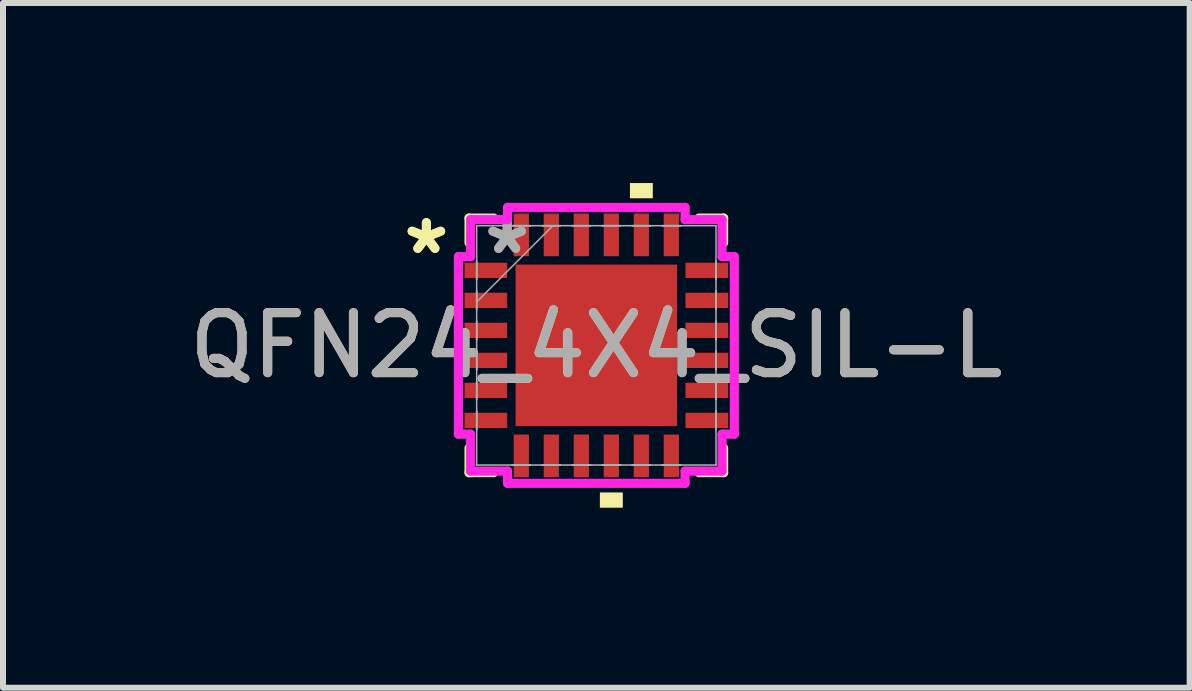
<source format=kicad_pcb>
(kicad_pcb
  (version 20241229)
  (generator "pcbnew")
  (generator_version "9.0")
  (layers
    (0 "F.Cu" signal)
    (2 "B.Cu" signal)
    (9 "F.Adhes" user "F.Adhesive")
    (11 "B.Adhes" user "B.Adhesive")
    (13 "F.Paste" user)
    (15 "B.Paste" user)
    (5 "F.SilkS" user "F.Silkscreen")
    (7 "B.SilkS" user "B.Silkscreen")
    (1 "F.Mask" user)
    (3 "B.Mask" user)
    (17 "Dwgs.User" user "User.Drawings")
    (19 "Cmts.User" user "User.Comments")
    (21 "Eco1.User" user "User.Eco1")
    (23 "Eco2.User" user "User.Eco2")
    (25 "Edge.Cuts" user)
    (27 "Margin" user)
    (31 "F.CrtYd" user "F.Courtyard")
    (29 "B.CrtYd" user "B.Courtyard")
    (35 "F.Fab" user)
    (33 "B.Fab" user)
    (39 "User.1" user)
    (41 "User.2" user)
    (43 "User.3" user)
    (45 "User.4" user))
  (footprint "QFN24_4X4_SIL-L"
    (layer "F.Cu")
    (at 6.887 2.705)
    (property "Reference" "QFN24_4X4_SIL-L" (at 0 0 0) (unlocked yes) (layer "F.SilkS") (effects (font (size 1 1) (thickness 0.15))))
    (attr smd)
    (fp_line (start -2.121 -2.121) (end -2.121 -1.71) (stroke (width 0.152) (type solid)) (layer "F.SilkS"))
    (fp_line (start -2.121 1.71) (end -2.121 2.121) (stroke (width 0.152) (type solid)) (layer "F.SilkS"))
    (fp_line (start -2.121 2.121) (end -1.71 2.121) (stroke (width 0.152) (type solid)) (layer "F.SilkS"))
    (fp_line (start -1.71 -2.121) (end -2.121 -2.121) (stroke (width 0.152) (type solid)) (layer "F.SilkS"))
    (fp_line (start 1.71 2.121) (end 2.121 2.121) (stroke (width 0.152) (type solid)) (layer "F.SilkS"))
    (fp_line (start 2.121 -2.121) (end 1.71 -2.121) (stroke (width 0.152) (type solid)) (layer "F.SilkS"))
    (fp_line (start 2.121 -1.71) (end 2.121 -2.121) (stroke (width 0.152) (type solid)) (layer "F.SilkS"))
    (fp_line (start 2.121 2.121) (end 2.121 1.71) (stroke (width 0.152) (type solid)) (layer "F.SilkS"))
    (fp_poly (pts (xy 0.059 2.451) (xy 0.059 2.705) (xy 0.441 2.705) (xy 0.441 2.451)) (stroke (width 0) (type solid)) (fill yes) (layer "F.SilkS"))
    (fp_poly (pts (xy 0.56 -2.451) (xy 0.56 -2.705) (xy 0.941 -2.705) (xy 0.941 -2.451)) (stroke (width 0) (type solid)) (fill yes) (layer "F.SilkS"))
    (fp_poly (pts (xy -1.246 -1.246) (xy -1.246 -0.1) (xy -0.1 -0.1) (xy -0.1 -1.246)) (stroke (width 0) (type solid)) (fill yes) (layer "F.Paste"))
    (fp_poly (pts (xy -1.246 0.1) (xy -1.246 1.246) (xy -0.1 1.246) (xy -0.1 0.1)) (stroke (width 0) (type solid)) (fill yes) (layer "F.Paste"))
    (fp_poly (pts (xy 0.1 -1.246) (xy 0.1 -0.1) (xy 1.246 -0.1) (xy 1.246 -1.246)) (stroke (width 0) (type solid)) (fill yes) (layer "F.Paste"))
    (fp_poly (pts (xy 0.1 0.1) (xy 0.1 1.246) (xy 1.246 1.246) (xy 1.246 0.1)) (stroke (width 0) (type solid)) (fill yes) (layer "F.Paste"))
    (fp_line (start -2.299 -1.479) (end -2.095 -1.479) (stroke (width 0.152) (type solid)) (layer "F.CrtYd"))
    (fp_line (start -2.299 1.479) (end -2.299 -1.479) (stroke (width 0.152) (type solid)) (layer "F.CrtYd"))
    (fp_line (start -2.095 -2.095) (end -1.479 -2.095) (stroke (width 0.152) (type solid)) (layer "F.CrtYd"))
    (fp_line (start -2.095 -1.479) (end -2.095 -2.095) (stroke (width 0.152) (type solid)) (layer "F.CrtYd"))
    (fp_line (start -2.095 1.479) (end -2.299 1.479) (stroke (width 0.152) (type solid)) (layer "F.CrtYd"))
    (fp_line (start -2.095 2.095) (end -2.095 1.479) (stroke (width 0.152) (type solid)) (layer "F.CrtYd"))
    (fp_line (start -1.479 -2.299) (end 1.479 -2.299) (stroke (width 0.152) (type solid)) (layer "F.CrtYd"))
    (fp_line (start -1.479 -2.095) (end -1.479 -2.299) (stroke (width 0.152) (type solid)) (layer "F.CrtYd"))
    (fp_line (start -1.479 2.095) (end -2.095 2.095) (stroke (width 0.152) (type solid)) (layer "F.CrtYd"))
    (fp_line (start -1.479 2.299) (end -1.479 2.095) (stroke (width 0.152) (type solid)) (layer "F.CrtYd"))
    (fp_line (start 1.479 -2.299) (end 1.479 -2.095) (stroke (width 0.152) (type solid)) (layer "F.CrtYd"))
    (fp_line (start 1.479 -2.095) (end 2.095 -2.095) (stroke (width 0.152) (type solid)) (layer "F.CrtYd"))
    (fp_line (start 1.479 2.095) (end 1.479 2.299) (stroke (width 0.152) (type solid)) (layer "F.CrtYd"))
    (fp_line (start 1.479 2.299) (end -1.479 2.299) (stroke (width 0.152) (type solid)) (layer "F.CrtYd"))
    (fp_line (start 2.095 -2.095) (end 2.095 -1.479) (stroke (width 0.152) (type solid)) (layer "F.CrtYd"))
    (fp_line (start 2.095 -1.479) (end 2.299 -1.479) (stroke (width 0.152) (type solid)) (layer "F.CrtYd"))
    (fp_line (start 2.095 1.479) (end 2.095 2.095) (stroke (width 0.152) (type solid)) (layer "F.CrtYd"))
    (fp_line (start 2.095 2.095) (end 1.479 2.095) (stroke (width 0.152) (type solid)) (layer "F.CrtYd"))
    (fp_line (start 2.299 -1.479) (end 2.299 1.479) (stroke (width 0.152) (type solid)) (layer "F.CrtYd"))
    (fp_line (start 2.299 1.479) (end 2.095 1.479) (stroke (width 0.152) (type solid)) (layer "F.CrtYd"))
    (fp_line (start -1.994 -1.994) (end -1.994 -1.994) (stroke (width 0.025) (type solid)) (layer "F.Fab"))
    (fp_line (start -1.994 -1.994) (end -1.994 1.994) (stroke (width 0.025) (type solid)) (layer "F.Fab"))
    (fp_line (start -1.994 -1.402) (end -1.994 -1.402) (stroke (width 0.025) (type solid)) (layer "F.Fab"))
    (fp_line (start -1.994 -1.402) (end -1.994 -1.098) (stroke (width 0.025) (type solid)) (layer "F.Fab"))
    (fp_line (start -1.994 -1.098) (end -1.994 -1.402) (stroke (width 0.025) (type solid)) (layer "F.Fab"))
    (fp_line (start -1.994 -1.098) (end -1.994 -1.098) (stroke (width 0.025) (type solid)) (layer "F.Fab"))
    (fp_line (start -1.994 -0.902) (end -1.994 -0.902) (stroke (width 0.025) (type solid)) (layer "F.Fab"))
    (fp_line (start -1.994 -0.902) (end -1.994 -0.598) (stroke (width 0.025) (type solid)) (layer "F.Fab"))
    (fp_line (start -1.994 -0.724) (end -0.724 -1.994) (stroke (width 0.025) (type solid)) (layer "F.Fab"))
    (fp_line (start -1.994 -0.598) (end -1.994 -0.902) (stroke (width 0.025) (type solid)) (layer "F.Fab"))
    (fp_line (start -1.994 -0.598) (end -1.994 -0.598) (stroke (width 0.025) (type solid)) (layer "F.Fab"))
    (fp_line (start -1.994 -0.402) (end -1.994 -0.402) (stroke (width 0.025) (type solid)) (layer "F.Fab"))
    (fp_line (start -1.994 -0.402) (end -1.994 -0.098) (stroke (width 0.025) (type solid)) (layer "F.Fab"))
    (fp_line (start -1.994 -0.098) (end -1.994 -0.402) (stroke (width 0.025) (type solid)) (layer "F.Fab"))
    (fp_line (start -1.994 -0.098) (end -1.994 -0.098) (stroke (width 0.025) (type solid)) (layer "F.Fab"))
    (fp_line (start -1.994 0.098) (end -1.994 0.098) (stroke (width 0.025) (type solid)) (layer "F.Fab"))
    (fp_line (start -1.994 0.098) (end -1.994 0.402) (stroke (width 0.025) (type solid)) (layer "F.Fab"))
    (fp_line (start -1.994 0.402) (end -1.994 0.098) (stroke (width 0.025) (type solid)) (layer "F.Fab"))
    (fp_line (start -1.994 0.402) (end -1.994 0.402) (stroke (width 0.025) (type solid)) (layer "F.Fab"))
    (fp_line (start -1.994 0.598) (end -1.994 0.598) (stroke (width 0.025) (type solid)) (layer "F.Fab"))
    (fp_line (start -1.994 0.598) (end -1.994 0.902) (stroke (width 0.025) (type solid)) (layer "F.Fab"))
    (fp_line (start -1.994 0.902) (end -1.994 0.598) (stroke (width 0.025) (type solid)) (layer "F.Fab"))
    (fp_line (start -1.994 0.902) (end -1.994 0.902) (stroke (width 0.025) (type solid)) (layer "F.Fab"))
    (fp_line (start -1.994 1.098) (end -1.994 1.098) (stroke (width 0.025) (type solid)) (layer "F.Fab"))
    (fp_line (start -1.994 1.098) (end -1.994 1.402) (stroke (width 0.025) (type solid)) (layer "F.Fab"))
    (fp_line (start -1.994 1.402) (end -1.994 1.098) (stroke (width 0.025) (type solid)) (layer "F.Fab"))
    (fp_line (start -1.994 1.402) (end -1.994 1.402) (stroke (width 0.025) (type solid)) (layer "F.Fab"))
    (fp_line (start -1.994 1.994) (end -1.994 1.994) (stroke (width 0.025) (type solid)) (layer "F.Fab"))
    (fp_line (start -1.994 1.994) (end 1.994 1.994) (stroke (width 0.025) (type solid)) (layer "F.Fab"))
    (fp_line (start -1.402 -1.994) (end -1.402 -1.994) (stroke (width 0.025) (type solid)) (layer "F.Fab"))
    (fp_line (start -1.402 -1.994) (end -1.098 -1.994) (stroke (width 0.025) (type solid)) (layer "F.Fab"))
    (fp_line (start -1.402 1.994) (end -1.402 1.994) (stroke (width 0.025) (type solid)) (layer "F.Fab"))
    (fp_line (start -1.402 1.994) (end -1.098 1.994) (stroke (width 0.025) (type solid)) (layer "F.Fab"))
    (fp_line (start -1.098 -1.994) (end -1.402 -1.994) (stroke (width 0.025) (type solid)) (layer "F.Fab"))
    (fp_line (start -1.098 -1.994) (end -1.098 -1.994) (stroke (width 0.025) (type solid)) (layer "F.Fab"))
    (fp_line (start -1.098 1.994) (end -1.402 1.994) (stroke (width 0.025) (type solid)) (layer "F.Fab"))
    (fp_line (start -1.098 1.994) (end -1.098 1.994) (stroke (width 0.025) (type solid)) (layer "F.Fab"))
    (fp_line (start -0.902 -1.994) (end -0.902 -1.994) (stroke (width 0.025) (type solid)) (layer "F.Fab"))
    (fp_line (start -0.902 -1.994) (end -0.598 -1.994) (stroke (width 0.025) (type solid)) (layer "F.Fab"))
    (fp_line (start -0.902 1.994) (end -0.902 1.994) (stroke (width 0.025) (type solid)) (layer "F.Fab"))
    (fp_line (start -0.902 1.994) (end -0.598 1.994) (stroke (width 0.025) (type solid)) (layer "F.Fab"))
    (fp_line (start -0.598 -1.994) (end -0.902 -1.994) (stroke (width 0.025) (type solid)) (layer "F.Fab"))
    (fp_line (start -0.598 -1.994) (end -0.598 -1.994) (stroke (width 0.025) (type solid)) (layer "F.Fab"))
    (fp_line (start -0.598 1.994) (end -0.902 1.994) (stroke (width 0.025) (type solid)) (layer "F.Fab"))
    (fp_line (start -0.598 1.994) (end -0.598 1.994) (stroke (width 0.025) (type solid)) (layer "F.Fab"))
    (fp_line (start -0.402 -1.994) (end -0.402 -1.994) (stroke (width 0.025) (type solid)) (layer "F.Fab"))
    (fp_line (start -0.402 -1.994) (end -0.098 -1.994) (stroke (width 0.025) (type solid)) (layer "F.Fab"))
    (fp_line (start -0.402 1.994) (end -0.402 1.994) (stroke (width 0.025) (type solid)) (layer "F.Fab"))
    (fp_line (start -0.402 1.994) (end -0.098 1.994) (stroke (width 0.025) (type solid)) (layer "F.Fab"))
    (fp_line (start -0.098 -1.994) (end -0.402 -1.994) (stroke (width 0.025) (type solid)) (layer "F.Fab"))
    (fp_line (start -0.098 -1.994) (end -0.098 -1.994) (stroke (width 0.025) (type solid)) (layer "F.Fab"))
    (fp_line (start -0.098 1.994) (end -0.402 1.994) (stroke (width 0.025) (type solid)) (layer "F.Fab"))
    (fp_line (start -0.098 1.994) (end -0.098 1.994) (stroke (width 0.025) (type solid)) (layer "F.Fab"))
    (fp_line (start 0.098 -1.994) (end 0.098 -1.994) (stroke (width 0.025) (type solid)) (layer "F.Fab"))
    (fp_line (start 0.098 -1.994) (end 0.402 -1.994) (stroke (width 0.025) (type solid)) (layer "F.Fab"))
    (fp_line (start 0.098 1.994) (end 0.098 1.994) (stroke (width 0.025) (type solid)) (layer "F.Fab"))
    (fp_line (start 0.098 1.994) (end 0.402 1.994) (stroke (width 0.025) (type solid)) (layer "F.Fab"))
    (fp_line (start 0.402 -1.994) (end 0.098 -1.994) (stroke (width 0.025) (type solid)) (layer "F.Fab"))
    (fp_line (start 0.402 -1.994) (end 0.402 -1.994) (stroke (width 0.025) (type solid)) (layer "F.Fab"))
    (fp_line (start 0.402 1.994) (end 0.098 1.994) (stroke (width 0.025) (type solid)) (layer "F.Fab"))
    (fp_line (start 0.402 1.994) (end 0.402 1.994) (stroke (width 0.025) (type solid)) (layer "F.Fab"))
    (fp_line (start 0.598 -1.994) (end 0.598 -1.994) (stroke (width 0.025) (type solid)) (layer "F.Fab"))
    (fp_line (start 0.598 -1.994) (end 0.902 -1.994) (stroke (width 0.025) (type solid)) (layer "F.Fab"))
    (fp_line (start 0.598 1.994) (end 0.598 1.994) (stroke (width 0.025) (type solid)) (layer "F.Fab"))
    (fp_line (start 0.598 1.994) (end 0.902 1.994) (stroke (width 0.025) (type solid)) (layer "F.Fab"))
    (fp_line (start 0.902 -1.994) (end 0.598 -1.994) (stroke (width 0.025) (type solid)) (layer "F.Fab"))
    (fp_line (start 0.902 -1.994) (end 0.902 -1.994) (stroke (width 0.025) (type solid)) (layer "F.Fab"))
    (fp_line (start 0.902 1.994) (end 0.598 1.994) (stroke (width 0.025) (type solid)) (layer "F.Fab"))
    (fp_line (start 0.902 1.994) (end 0.902 1.994) (stroke (width 0.025) (type solid)) (layer "F.Fab"))
    (fp_line (start 1.098 -1.994) (end 1.098 -1.994) (stroke (width 0.025) (type solid)) (layer "F.Fab"))
    (fp_line (start 1.098 -1.994) (end 1.402 -1.994) (stroke (width 0.025) (type solid)) (layer "F.Fab"))
    (fp_line (start 1.098 1.994) (end 1.098 1.994) (stroke (width 0.025) (type solid)) (layer "F.Fab"))
    (fp_line (start 1.098 1.994) (end 1.402 1.994) (stroke (width 0.025) (type solid)) (layer "F.Fab"))
    (fp_line (start 1.402 -1.994) (end 1.098 -1.994) (stroke (width 0.025) (type solid)) (layer "F.Fab"))
    (fp_line (start 1.402 -1.994) (end 1.402 -1.994) (stroke (width 0.025) (type solid)) (layer "F.Fab"))
    (fp_line (start 1.402 1.994) (end 1.098 1.994) (stroke (width 0.025) (type solid)) (layer "F.Fab"))
    (fp_line (start 1.402 1.994) (end 1.402 1.994) (stroke (width 0.025) (type solid)) (layer "F.Fab"))
    (fp_line (start 1.994 -1.994) (end -1.994 -1.994) (stroke (width 0.025) (type solid)) (layer "F.Fab"))
    (fp_line (start 1.994 -1.994) (end 1.994 -1.994) (stroke (width 0.025) (type solid)) (layer "F.Fab"))
    (fp_line (start 1.994 -1.402) (end 1.994 -1.402) (stroke (width 0.025) (type solid)) (layer "F.Fab"))
    (fp_line (start 1.994 -1.402) (end 1.994 -1.098) (stroke (width 0.025) (type solid)) (layer "F.Fab"))
    (fp_line (start 1.994 -1.098) (end 1.994 -1.402) (stroke (width 0.025) (type solid)) (layer "F.Fab"))
    (fp_line (start 1.994 -1.098) (end 1.994 -1.098) (stroke (width 0.025) (type solid)) (layer "F.Fab"))
    (fp_line (start 1.994 -0.902) (end 1.994 -0.902) (stroke (width 0.025) (type solid)) (layer "F.Fab"))
    (fp_line (start 1.994 -0.902) (end 1.994 -0.598) (stroke (width 0.025) (type solid)) (layer "F.Fab"))
    (fp_line (start 1.994 -0.598) (end 1.994 -0.902) (stroke (width 0.025) (type solid)) (layer "F.Fab"))
    (fp_line (start 1.994 -0.598) (end 1.994 -0.598) (stroke (width 0.025) (type solid)) (layer "F.Fab"))
    (fp_line (start 1.994 -0.402) (end 1.994 -0.402) (stroke (width 0.025) (type solid)) (layer "F.Fab"))
    (fp_line (start 1.994 -0.402) (end 1.994 -0.098) (stroke (width 0.025) (type solid)) (layer "F.Fab"))
    (fp_line (start 1.994 -0.098) (end 1.994 -0.402) (stroke (width 0.025) (type solid)) (layer "F.Fab"))
    (fp_line (start 1.994 -0.098) (end 1.994 -0.098) (stroke (width 0.025) (type solid)) (layer "F.Fab"))
    (fp_line (start 1.994 0.098) (end 1.994 0.098) (stroke (width 0.025) (type solid)) (layer "F.Fab"))
    (fp_line (start 1.994 0.098) (end 1.994 0.402) (stroke (width 0.025) (type solid)) (layer "F.Fab"))
    (fp_line (start 1.994 0.402) (end 1.994 0.098) (stroke (width 0.025) (type solid)) (layer "F.Fab"))
    (fp_line (start 1.994 0.402) (end 1.994 0.402) (stroke (width 0.025) (type solid)) (layer "F.Fab"))
    (fp_line (start 1.994 0.598) (end 1.994 0.598) (stroke (width 0.025) (type solid)) (layer "F.Fab"))
    (fp_line (start 1.994 0.598) (end 1.994 0.902) (stroke (width 0.025) (type solid)) (layer "F.Fab"))
    (fp_line (start 1.994 0.902) (end 1.994 0.598) (stroke (width 0.025) (type solid)) (layer "F.Fab"))
    (fp_line (start 1.994 0.902) (end 1.994 0.902) (stroke (width 0.025) (type solid)) (layer "F.Fab"))
    (fp_line (start 1.994 1.098) (end 1.994 1.098) (stroke (width 0.025) (type solid)) (layer "F.Fab"))
    (fp_line (start 1.994 1.098) (end 1.994 1.402) (stroke (width 0.025) (type solid)) (layer "F.Fab"))
    (fp_line (start 1.994 1.402) (end 1.994 1.098) (stroke (width 0.025) (type solid)) (layer "F.Fab"))
    (fp_line (start 1.994 1.402) (end 1.994 1.402) (stroke (width 0.025) (type solid)) (layer "F.Fab"))
    (fp_line (start 1.994 1.994) (end 1.994 -1.994) (stroke (width 0.025) (type solid)) (layer "F.Fab"))
    (fp_line (start 1.994 1.994) (end 1.994 1.994) (stroke (width 0.025) (type solid)) (layer "F.Fab"))
    (fp_text user "*" (at -2.832 -1.5 0) (layer "F.SilkS") (effects (font (size 1 1) (thickness 0.15))))
    (fp_text user "*" (at -2.832 -1.5 0) (unlocked yes) (layer "F.SilkS") (effects (font (size 1 1) (thickness 0.15))))
    (fp_text user "${REFERENCE}" (at 0 0 0) (unlocked yes) (layer "F.Fab") (effects (font (size 1 1) (thickness 0.15))))
    (fp_text user "*" (at -1.486 -1.5 0) (layer "F.Fab") (effects (font (size 1 1) (thickness 0.15))))
    (fp_text user "*" (at -1.486 -1.5 0) (unlocked yes) (layer "F.Fab") (effects (font (size 1 1) (thickness 0.15))))
    (pad "1" smd rect (at -1.841 -1.25 90) (size 0.254 0.711) (layers "F.Cu" "F.Mask" "F.Paste"))
    (pad "2" smd rect (at -1.841 -0.75 90) (size 0.254 0.711) (layers "F.Cu" "F.Mask" "F.Paste"))
    (pad "3" smd rect (at -1.841 -0.25 90) (size 0.254 0.711) (layers "F.Cu" "F.Mask" "F.Paste"))
    (pad "4" smd rect (at -1.841 0.25 90) (size 0.254 0.711) (layers "F.Cu" "F.Mask" "F.Paste"))
    (pad "5" smd rect (at -1.841 0.75 90) (size 0.254 0.711) (layers "F.Cu" "F.Mask" "F.Paste"))
    (pad "6" smd rect (at -1.841 1.25 90) (size 0.254 0.711) (layers "F.Cu" "F.Mask" "F.Paste"))
    (pad "7" smd rect (at -1.25 1.841) (size 0.254 0.711) (layers "F.Cu" "F.Mask" "F.Paste"))
    (pad "8" smd rect (at -0.75 1.841) (size 0.254 0.711) (layers "F.Cu" "F.Mask" "F.Paste"))
    (pad "9" smd rect (at -0.25 1.841) (size 0.254 0.711) (layers "F.Cu" "F.Mask" "F.Paste"))
    (pad "10" smd rect (at 0.25 1.841) (size 0.254 0.711) (layers "F.Cu" "F.Mask" "F.Paste"))
    (pad "11" smd rect (at 0.75 1.841) (size 0.254 0.711) (layers "F.Cu" "F.Mask" "F.Paste"))
    (pad "12" smd rect (at 1.25 1.841) (size 0.254 0.711) (layers "F.Cu" "F.Mask" "F.Paste"))
    (pad "13" smd rect (at 1.841 1.25 90) (size 0.254 0.711) (layers "F.Cu" "F.Mask" "F.Paste"))
    (pad "14" smd rect (at 1.841 0.75 90) (size 0.254 0.711) (layers "F.Cu" "F.Mask" "F.Paste"))
    (pad "15" smd rect (at 1.841 0.25 90) (size 0.254 0.711) (layers "F.Cu" "F.Mask" "F.Paste"))
    (pad "16" smd rect (at 1.841 -0.25 90) (size 0.254 0.711) (layers "F.Cu" "F.Mask" "F.Paste"))
    (pad "17" smd rect (at 1.841 -0.75 90) (size 0.254 0.711) (layers "F.Cu" "F.Mask" "F.Paste"))
    (pad "18" smd rect (at 1.841 -1.25 90) (size 0.254 0.711) (layers "F.Cu" "F.Mask" "F.Paste"))
    (pad "19" smd rect (at 1.25 -1.841) (size 0.254 0.711) (layers "F.Cu" "F.Mask" "F.Paste"))
    (pad "20" smd rect (at 0.75 -1.841) (size 0.254 0.711) (layers "F.Cu" "F.Mask" "F.Paste"))
    (pad "21" smd rect (at 0.25 -1.841) (size 0.254 0.711) (layers "F.Cu" "F.Mask" "F.Paste"))
    (pad "22" smd rect (at -0.25 -1.841) (size 0.254 0.711) (layers "F.Cu" "F.Mask" "F.Paste"))
    (pad "23" smd rect (at -0.75 -1.841) (size 0.254 0.711) (layers "F.Cu" "F.Mask" "F.Paste"))
    (pad "24" smd rect (at -1.25 -1.841) (size 0.254 0.711) (layers "F.Cu" "F.Mask" "F.Paste"))
    (pad "25" smd rect (at 0 0) (size 2.692 2.692) (layers "F.Cu" "F.Mask" "F.Paste")))
  (gr_rect
    (start -3 -3)
    (end 16.774 8.41)
    (stroke (width 0.1) (type default))
    (fill no)
    (layer "Edge.Cuts")))
</source>
